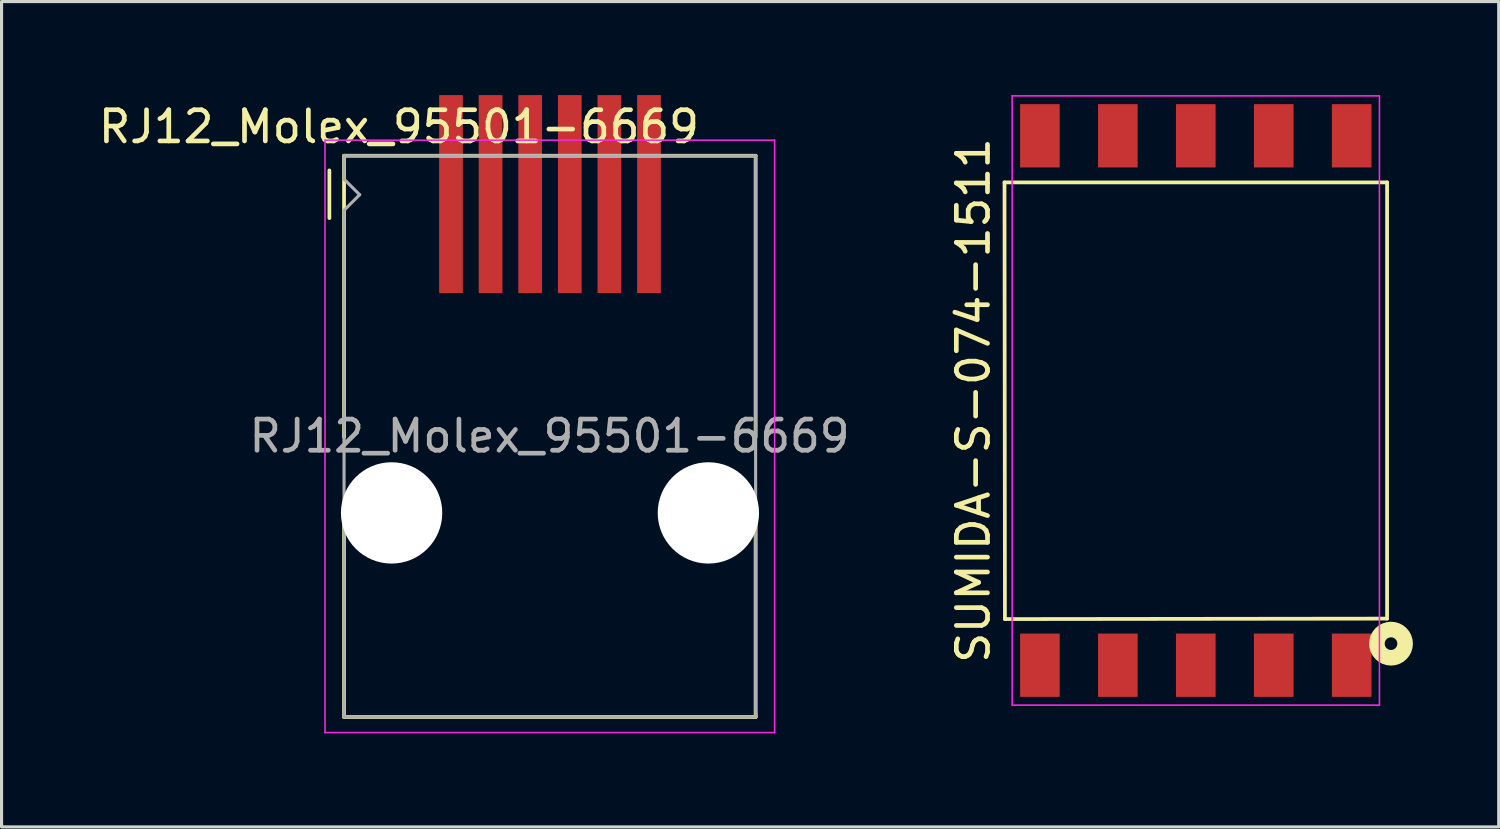
<source format=kicad_pcb>
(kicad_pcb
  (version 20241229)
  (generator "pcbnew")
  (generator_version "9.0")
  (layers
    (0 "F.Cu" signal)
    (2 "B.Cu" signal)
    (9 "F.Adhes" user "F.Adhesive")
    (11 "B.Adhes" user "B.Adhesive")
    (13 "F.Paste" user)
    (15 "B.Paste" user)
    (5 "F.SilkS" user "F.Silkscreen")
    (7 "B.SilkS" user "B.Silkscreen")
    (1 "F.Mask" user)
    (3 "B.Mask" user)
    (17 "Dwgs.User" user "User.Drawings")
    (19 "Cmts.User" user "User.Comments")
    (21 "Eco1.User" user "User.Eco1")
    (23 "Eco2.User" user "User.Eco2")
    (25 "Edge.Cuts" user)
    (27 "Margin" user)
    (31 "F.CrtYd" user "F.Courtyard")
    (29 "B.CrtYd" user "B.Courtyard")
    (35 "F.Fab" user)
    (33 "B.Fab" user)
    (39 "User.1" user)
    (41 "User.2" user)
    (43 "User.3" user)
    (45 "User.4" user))
  (footprint "RJ12_Molex_95501-6669"
    (layer "F.Cu")
    (at 11.414 3.175)
    (property "Reference" "RJ12_Molex_95501-6669" (at -1.67 -2.16 0) (layer "F.SilkS") (effects (font (size 1 1) (thickness 0.15))))
    (attr through_hole)
    (fp_line (start -3.9 0.77) (end -3.9 -0.76) (stroke (width 0.12) (type solid)) (layer "F.SilkS"))
    (fp_line (start -3.43 -1.23) (end 9.77 -1.23) (stroke (width 0.12) (type solid)) (layer "F.SilkS"))
    (fp_line (start -3.43 7.72) (end -3.43 7.79) (stroke (width 0.1) (type solid)) (layer "F.SilkS"))
    (fp_line (start -3.43 7.79) (end -3.43 -1.23) (stroke (width 0.12) (type solid)) (layer "F.SilkS"))
    (fp_line (start -3.43 16.77) (end -3.43 9.99) (stroke (width 0.12) (type solid)) (layer "F.SilkS"))
    (fp_line (start 9.77 -1.23) (end 9.77 7.79) (stroke (width 0.12) (type solid)) (layer "F.SilkS"))
    (fp_line (start 9.77 16.65) (end 9.77 16.77) (stroke (width 0.1) (type solid)) (layer "F.SilkS"))
    (fp_line (start 9.77 16.76) (end 9.77 16.77) (stroke (width 0.1) (type solid)) (layer "F.SilkS"))
    (fp_line (start 9.77 16.77) (end -3.43 16.77) (stroke (width 0.12) (type solid)) (layer "F.SilkS"))
    (fp_line (start 9.77 16.77) (end 9.77 9.99) (stroke (width 0.12) (type solid)) (layer "F.SilkS"))
    (fp_line (start -4.04 -1.73) (end 10.38 -1.73) (stroke (width 0.05) (type solid)) (layer "F.CrtYd"))
    (fp_line (start -4.04 17.27) (end -4.04 -1.73) (stroke (width 0.05) (type solid)) (layer "F.CrtYd"))
    (fp_line (start 10.38 -1.73) (end 10.38 17.27) (stroke (width 0.05) (type solid)) (layer "F.CrtYd"))
    (fp_line (start 10.38 17.27) (end -4.04 17.27) (stroke (width 0.05) (type solid)) (layer "F.CrtYd"))
    (fp_line (start -3.43 -1.23) (end 9.77 -1.23) (stroke (width 0.1) (type solid)) (layer "F.Fab"))
    (fp_line (start -3.43 -0.48) (end -3.43 -1.23) (stroke (width 0.1) (type solid)) (layer "F.Fab"))
    (fp_line (start -3.43 0.52) (end -2.93 0.02) (stroke (width 0.1) (type solid)) (layer "F.Fab"))
    (fp_line (start -3.43 16.77) (end -3.43 0.52) (stroke (width 0.1) (type solid)) (layer "F.Fab"))
    (fp_line (start -2.93 0.02) (end -3.43 -0.48) (stroke (width 0.1) (type solid)) (layer "F.Fab"))
    (fp_line (start 9.77 -1.23) (end 9.77 16.77) (stroke (width 0.1) (type solid)) (layer "F.Fab"))
    (fp_line (start 9.77 16.77) (end -3.43 16.77) (stroke (width 0.1) (type solid)) (layer "F.Fab"))
    (fp_text user "${REFERENCE}" (at 3.16 7.76 0) (layer "F.Fab") (effects (font (size 1 1) (thickness 0.15))))
    (pad "" np_thru_hole circle (at -1.905 10.225) (size 3.25 3.25) (drill 3.25) (layers "*.Cu" "*.Mask"))
    (pad "" np_thru_hole circle (at 8.255 10.225) (size 3.25 3.25) (drill 3.25) (layers "*.Cu" "*.Mask"))
    (pad "1" smd rect (at 0 0) (size 0.76 6.35) (layers "F.Cu" "F.Mask" "F.Paste"))
    (pad "2" smd rect (at 1.27 0) (size 0.76 6.35) (layers "F.Cu" "F.Mask" "F.Paste"))
    (pad "3" smd rect (at 2.54 0) (size 0.76 6.35) (layers "F.Cu" "F.Mask" "F.Paste"))
    (pad "4" smd rect (at 3.81 0) (size 0.76 6.35) (layers "F.Cu" "F.Mask" "F.Paste"))
    (pad "5" smd rect (at 5.08 0) (size 0.76 6.35) (layers "F.Cu" "F.Mask" "F.Paste"))
    (pad "6" smd rect (at 6.35 0) (size 0.76 6.35) (layers "F.Cu" "F.Mask" "F.Paste")))
  (footprint "SUMIDA-S-074-1511"
    (layer "F.Cu")
    (at 35.301 9.795)
    (property "Reference" "SUMIDA-S-074-1511" (at -7.135 0 90) (layer "F.SilkS") (effects (font (size 1 1) (thickness 0.15))))
    (attr smd)
    (fp_line (start -6.135 -6.995) (end 6.135 -6.995) (stroke (width 0.12) (type solid)) (layer "F.SilkS"))
    (fp_line (start -6.121 7.01) (end -6.135 -6.995) (stroke (width 0.12) (type solid)) (layer "F.SilkS"))
    (fp_line (start 6.135 -6.995) (end 6.135 6.995) (stroke (width 0.12) (type solid)) (layer "F.SilkS"))
    (fp_line (start 6.135 6.995) (end -6.121 7.01) (stroke (width 0.12) (type solid)) (layer "F.SilkS"))
    (fp_circle (center 6.261 7.798) (end 6.464 7.798) (stroke (width 0.5) (type solid)) (fill no) (layer "F.SilkS"))
    (fp_line (start -5.89 -9.77) (end 5.89 -9.77) (stroke (width 0.05) (type solid)) (layer "F.CrtYd"))
    (fp_line (start -5.89 9.77) (end -5.89 -9.77) (stroke (width 0.05) (type solid)) (layer "F.CrtYd"))
    (fp_line (start 5.89 -9.77) (end 5.89 9.77) (stroke (width 0.05) (type solid)) (layer "F.CrtYd"))
    (fp_line (start 5.89 9.77) (end -5.89 9.77) (stroke (width 0.05) (type solid)) (layer "F.CrtYd"))
    (pad "1" smd rect (at 5 8.49 180) (size 1.27 2.03) (layers "F.Cu" "F.Mask" "F.Paste"))
    (pad "2" smd rect (at 2.5 8.49 180) (size 1.27 2.03) (layers "F.Cu" "F.Mask" "F.Paste"))
    (pad "3" smd rect (at 0 8.49 180) (size 1.27 2.03) (layers "F.Cu" "F.Mask" "F.Paste"))
    (pad "4" smd rect (at -2.5 8.49 180) (size 1.27 2.03) (layers "F.Cu" "F.Mask" "F.Paste"))
    (pad "5" smd rect (at -5 8.49 180) (size 1.27 2.03) (layers "F.Cu" "F.Mask" "F.Paste"))
    (pad "6" smd rect (at -5 -8.49 180) (size 1.27 2.03) (layers "F.Cu" "F.Mask" "F.Paste"))
    (pad "7" smd rect (at -2.5 -8.49 180) (size 1.27 2.03) (layers "F.Cu" "F.Mask" "F.Paste"))
    (pad "8" smd rect (at 0 -8.49 180) (size 1.27 2.03) (layers "F.Cu" "F.Mask" "F.Paste"))
    (pad "9" smd rect (at 2.5 -8.49 180) (size 1.27 2.03) (layers "F.Cu" "F.Mask" "F.Paste"))
    (pad "10" smd rect (at 5 -8.49 180) (size 1.27 2.03) (layers "F.Cu" "F.Mask" "F.Paste")))
  (gr_rect
    (start -3 -3)
    (end 45.016 23.47)
    (stroke (width 0.1) (type default))
    (fill no)
    (layer "Edge.Cuts")))
</source>
